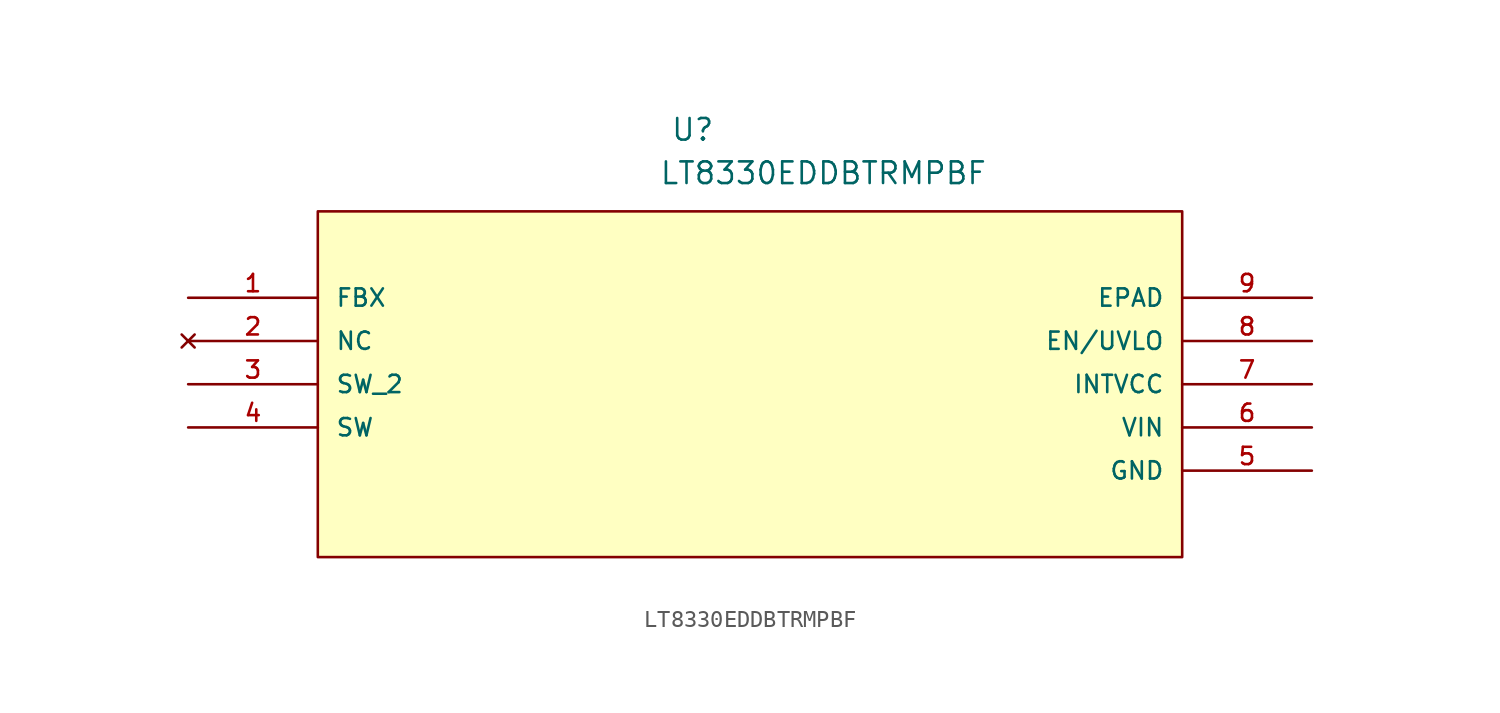
<source format=kicad_sym>
(kicad_symbol_lib
  (version 20211014)
  (generator kicad_symbol_editor)
  (symbol "LT8330EDDBTRMPBF"
    (pin_names
      (offset 1.016))
    (property "Reference" "U"
      (at 28.339 9.133 0.0)
      (effects (font (size 1.27 1.27)) (justify bottom left)))
    (property "Value" "LT8330EDDBTRMPBF"
      (at 27.676 6.582 0.0)
      (effects (font (size 1.27 1.27)) (justify bottom left)))
    (symbol "LT8330EDDBTRMPBF_0_0"
      (rectangle (start 7.62 -15.24) (end 58.42 5.08) (stroke (width 0.152)) (fill (type background)))
      (pin output line (at 0.0 0.0 0) (length 7.62) (name "FBX" (effects (font (size 1.016 1.016)))) (number "1" (effects (font (size 1.016 1.016)))))
      (pin no_connect line (at 0.0 -2.54 0) (length 7.62) (name "NC" (effects (font (size 1.016 1.016)))) (number "2" (effects (font (size 1.016 1.016)))))
      (pin output line (at 0.0 -5.08 0) (length 7.62) (name "SW_2" (effects (font (size 1.016 1.016)))) (number "3" (effects (font (size 1.016 1.016)))))
      (pin output line (at 0.0 -7.62 0) (length 7.62) (name "SW" (effects (font (size 1.016 1.016)))) (number "4" (effects (font (size 1.016 1.016)))))
      (pin power_in line (at 66.04 -10.16 180.0) (length 7.62) (name "GND" (effects (font (size 1.016 1.016)))) (number "5" (effects (font (size 1.016 1.016)))))
      (pin input line (at 66.04 -7.62 180.0) (length 7.62) (name "VIN" (effects (font (size 1.016 1.016)))) (number "6" (effects (font (size 1.016 1.016)))))
      (pin passive line (at 66.04 -5.08 180.0) (length 7.62) (name "INTVCC" (effects (font (size 1.016 1.016)))) (number "7" (effects (font (size 1.016 1.016)))))
      (pin passive line (at 66.04 -2.54 180.0) (length 7.62) (name "EN/UVLO" (effects (font (size 1.016 1.016)))) (number "8" (effects (font (size 1.016 1.016)))))
      (pin passive line (at 66.04 0.0 180.0) (length 7.62) (name "EPAD" (effects (font (size 1.016 1.016)))) (number "9" (effects (font (size 1.016 1.016))))))))
</source>
